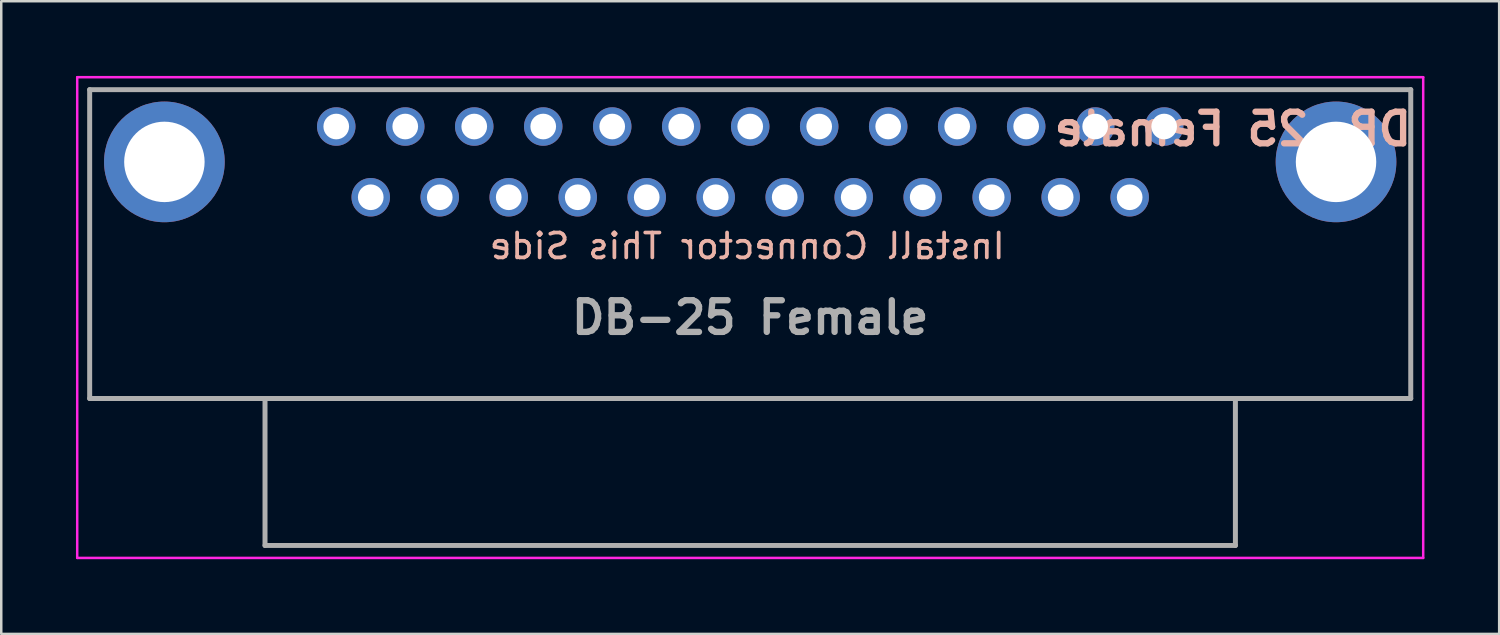
<source format=kicad_pcb>
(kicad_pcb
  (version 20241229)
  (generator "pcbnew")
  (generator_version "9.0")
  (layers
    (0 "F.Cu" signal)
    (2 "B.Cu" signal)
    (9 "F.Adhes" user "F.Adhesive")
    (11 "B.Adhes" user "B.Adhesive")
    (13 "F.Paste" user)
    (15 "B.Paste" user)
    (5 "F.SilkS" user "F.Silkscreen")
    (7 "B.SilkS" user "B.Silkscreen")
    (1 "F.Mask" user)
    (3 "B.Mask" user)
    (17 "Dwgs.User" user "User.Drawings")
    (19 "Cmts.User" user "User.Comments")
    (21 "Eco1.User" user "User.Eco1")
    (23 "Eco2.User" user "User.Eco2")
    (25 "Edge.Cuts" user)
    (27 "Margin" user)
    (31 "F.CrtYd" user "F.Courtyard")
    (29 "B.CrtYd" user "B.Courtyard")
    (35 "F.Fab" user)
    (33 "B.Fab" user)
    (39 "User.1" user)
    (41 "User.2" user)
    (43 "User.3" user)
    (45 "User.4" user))
  (footprint "DB-25 Female"
    (layer "F.Cu")
    (at 10.45 2.03)
    (property "Reference" "DB-25 Female" (at 36 0.1 0) (layer "B.SilkS") (effects (font (size 1.27 1.27) (thickness 0.254)) (justify mirror)))
    (attr through_hole)
    (fp_line (start -9.9 -1.48) (end 43.14 -1.48) (stroke (width 0.1) (type solid)) (layer "B.SilkS"))
    (fp_line (start -9.9 10.92) (end -9.9 -1.48) (stroke (width 0.1) (type solid)) (layer "B.SilkS"))
    (fp_line (start 43.14 -1.48) (end 43.14 10.92) (stroke (width 0.1) (type solid)) (layer "B.SilkS"))
    (fp_line (start 43.14 10.92) (end -9.9 10.92) (stroke (width 0.1) (type solid)) (layer "B.SilkS"))
    (fp_line (start -10.4 -1.98) (end 43.64 -1.98) (stroke (width 0.1) (type solid)) (layer "F.CrtYd"))
    (fp_line (start -10.4 17.32) (end -10.4 -1.98) (stroke (width 0.1) (type solid)) (layer "F.CrtYd"))
    (fp_line (start 43.64 -1.98) (end 43.64 17.32) (stroke (width 0.1) (type solid)) (layer "F.CrtYd"))
    (fp_line (start 43.64 17.32) (end -10.4 17.32) (stroke (width 0.1) (type solid)) (layer "F.CrtYd"))
    (fp_line (start -9.9 -1.48) (end 43.14 -1.48) (stroke (width 0.2) (type solid)) (layer "F.Fab"))
    (fp_line (start -9.9 10.92) (end -9.9 -1.48) (stroke (width 0.2) (type solid)) (layer "F.Fab"))
    (fp_line (start -2.86 10.92) (end -2.86 16.82) (stroke (width 0.2) (type solid)) (layer "F.Fab"))
    (fp_line (start -2.86 16.82) (end 36.1 16.82) (stroke (width 0.2) (type solid)) (layer "F.Fab"))
    (fp_line (start 36.1 10.92) (end -2.86 10.92) (stroke (width 0.2) (type solid)) (layer "F.Fab"))
    (fp_line (start 36.1 16.82) (end 36.1 10.92) (stroke (width 0.2) (type solid)) (layer "F.Fab"))
    (fp_line (start 43.14 -1.48) (end 43.14 10.92) (stroke (width 0.2) (type solid)) (layer "F.Fab"))
    (fp_line (start 43.14 10.92) (end -9.9 10.92) (stroke (width 0.2) (type solid)) (layer "F.Fab"))
    (fp_text user "Install Connector This Side" (at 16.5 4.8 0) (unlocked yes) (layer "B.SilkS") (effects (font (size 1 1) (thickness 0.15)) (justify mirror)))
    (fp_text user "${REFERENCE}" (at 16.62 7.67 0) (layer "F.Fab") (effects (font (size 1.27 1.27) (thickness 0.254))))
    (pad "1" thru_hole circle (at 33.24 0) (size 1.545 1.545) (drill 1.03) (layers "*.Cu" "*.Mask"))
    (pad "2" thru_hole circle (at 30.47 0) (size 1.545 1.545) (drill 1.03) (layers "*.Cu" "*.Mask"))
    (pad "3" thru_hole circle (at 27.7 0) (size 1.545 1.545) (drill 1.03) (layers "*.Cu" "*.Mask"))
    (pad "4" thru_hole circle (at 24.93 0) (size 1.545 1.545) (drill 1.03) (layers "*.Cu" "*.Mask"))
    (pad "5" thru_hole circle (at 22.16 0) (size 1.545 1.545) (drill 1.03) (layers "*.Cu" "*.Mask"))
    (pad "6" thru_hole circle (at 19.39 0) (size 1.545 1.545) (drill 1.03) (layers "*.Cu" "*.Mask"))
    (pad "7" thru_hole circle (at 16.62 0) (size 1.545 1.545) (drill 1.03) (layers "*.Cu" "*.Mask"))
    (pad "8" thru_hole circle (at 13.85 0) (size 1.545 1.545) (drill 1.03) (layers "*.Cu" "*.Mask"))
    (pad "9" thru_hole circle (at 11.08 0) (size 1.545 1.545) (drill 1.03) (layers "*.Cu" "*.Mask"))
    (pad "10" thru_hole circle (at 8.31 0) (size 1.545 1.545) (drill 1.03) (layers "*.Cu" "*.Mask"))
    (pad "11" thru_hole circle (at 5.54 0) (size 1.545 1.545) (drill 1.03) (layers "*.Cu" "*.Mask"))
    (pad "12" thru_hole circle (at 2.77 0) (size 1.545 1.545) (drill 1.03) (layers "*.Cu" "*.Mask"))
    (pad "13" thru_hole circle (at 0 0) (size 1.545 1.545) (drill 1.03) (layers "*.Cu" "*.Mask"))
    (pad "14" thru_hole circle (at 31.855 2.84) (size 1.545 1.545) (drill 1.03) (layers "*.Cu" "*.Mask"))
    (pad "15" thru_hole circle (at 29.085 2.84) (size 1.545 1.545) (drill 1.03) (layers "*.Cu" "*.Mask"))
    (pad "16" thru_hole circle (at 26.315 2.84) (size 1.545 1.545) (drill 1.03) (layers "*.Cu" "*.Mask"))
    (pad "17" thru_hole circle (at 23.545 2.84) (size 1.545 1.545) (drill 1.03) (layers "*.Cu" "*.Mask"))
    (pad "18" thru_hole circle (at 20.775 2.84) (size 1.545 1.545) (drill 1.03) (layers "*.Cu" "*.Mask"))
    (pad "19" thru_hole circle (at 18.005 2.84) (size 1.545 1.545) (drill 1.03) (layers "*.Cu" "*.Mask"))
    (pad "20" thru_hole circle (at 15.235 2.84) (size 1.545 1.545) (drill 1.03) (layers "*.Cu" "*.Mask"))
    (pad "21" thru_hole circle (at 12.465 2.84) (size 1.545 1.545) (drill 1.03) (layers "*.Cu" "*.Mask"))
    (pad "22" thru_hole circle (at 9.695 2.84) (size 1.545 1.545) (drill 1.03) (layers "*.Cu" "*.Mask"))
    (pad "23" thru_hole circle (at 6.925 2.84) (size 1.545 1.545) (drill 1.03) (layers "*.Cu" "*.Mask"))
    (pad "24" thru_hole circle (at 4.155 2.84) (size 1.545 1.545) (drill 1.03) (layers "*.Cu" "*.Mask"))
    (pad "25" thru_hole circle (at 1.385 2.84) (size 1.545 1.545) (drill 1.03) (layers "*.Cu" "*.Mask"))
    (pad "MH1" thru_hole circle (at -6.9 1.42) (size 4.845 4.845) (drill 3.23) (layers "*.Cu" "*.Mask"))
    (pad "MH2" thru_hole circle (at 40.14 1.42) (size 4.845 4.845) (drill 3.23) (layers "*.Cu" "*.Mask")))
  (gr_rect
    (start -3 -3)
    (end 57.14 22.4)
    (stroke (width 0.1) (type default))
    (fill no)
    (layer "Edge.Cuts")))
</source>
